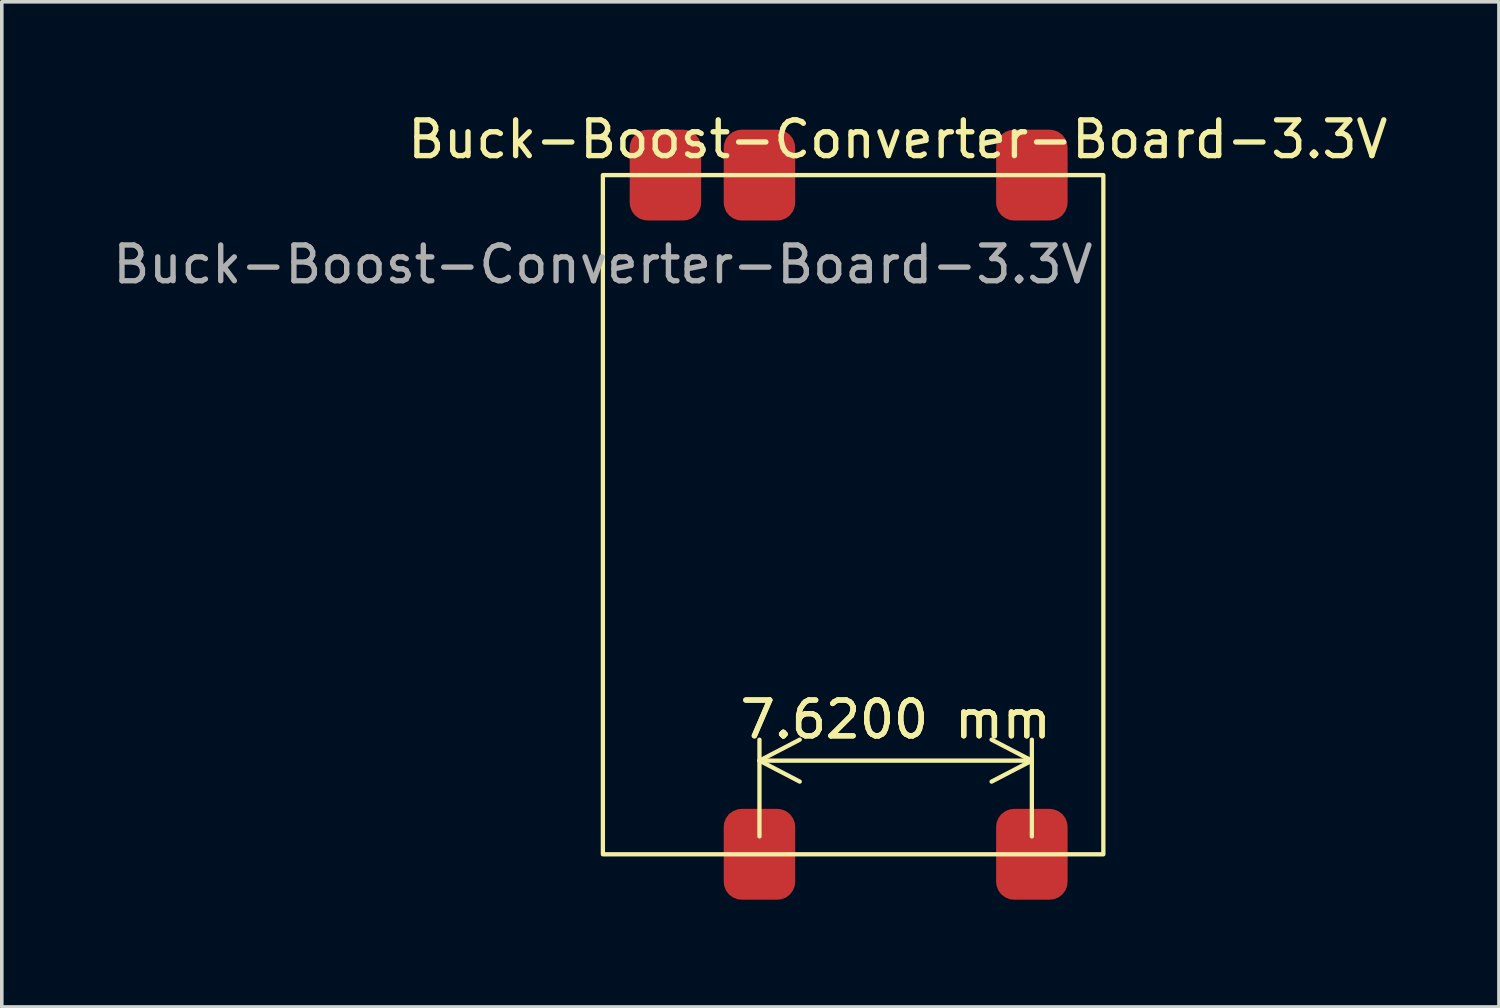
<source format=kicad_pcb>
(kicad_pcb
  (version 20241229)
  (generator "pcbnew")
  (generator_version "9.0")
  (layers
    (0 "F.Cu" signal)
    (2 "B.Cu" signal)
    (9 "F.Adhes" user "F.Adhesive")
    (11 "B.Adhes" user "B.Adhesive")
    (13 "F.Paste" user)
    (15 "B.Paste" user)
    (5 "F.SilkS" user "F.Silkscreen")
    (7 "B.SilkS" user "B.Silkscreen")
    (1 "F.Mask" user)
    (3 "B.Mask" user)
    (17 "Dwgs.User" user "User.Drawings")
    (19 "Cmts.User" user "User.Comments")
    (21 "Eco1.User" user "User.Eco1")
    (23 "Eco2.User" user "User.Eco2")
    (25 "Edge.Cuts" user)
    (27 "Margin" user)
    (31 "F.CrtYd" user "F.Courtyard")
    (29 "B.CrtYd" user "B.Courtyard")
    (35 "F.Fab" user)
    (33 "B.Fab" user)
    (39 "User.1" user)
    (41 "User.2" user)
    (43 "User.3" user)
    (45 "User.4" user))
  (footprint "Buck-Boost-Converter-Board-3.3V"
    (layer "F.Cu")
    (at 13.815 1.848)
    (property "Reference" "Buck-Boost-Converter-Board-3.3V" (at 8.25 -1 0) (unlocked yes) (layer "F.SilkS") (effects (font (size 1 1) (thickness 0.15))))
    (attr smd)
    (fp_rect (start 0 0) (end 14 19) (stroke (width 0.12) (type default)) (fill no) (layer "F.SilkS"))
    (fp_text user "${REFERENCE}" (at 0 2.5 0) (unlocked yes) (layer "F.Fab") (effects (font (size 1 1) (thickness 0.15))))
    (dimension (type aligned) (layer "F.SilkS") (pts (xy 18.195 20.848) (xy 25.815 20.848)) (height -2.62) (format (prefix "") (suffix "") (units 3) (units_format 1) (precision 4)) (style (thickness 0.12) (arrow_length 1.27) (text_position_mode 0) (arrow_direction outward) (extension_height 0.586) (extension_offset 0.5) (keep_text_aligned yes)) (gr_text "7.6200 mm" (at 22.005 17.078 0) (layer "F.SilkS") (effects (font (size 1 1) (thickness 0.15)))))
    (pad "1" smd roundrect (at 1.75 0) (size 2 2.54) (layers "F.Cu" "F.Mask" "F.Paste") (roundrect_rratio 0.25))
    (pad "2" smd roundrect (at 4.38 0) (size 2 2.54) (layers "F.Cu" "F.Mask" "F.Paste") (roundrect_rratio 0.25))
    (pad "3" smd roundrect (at 12 0) (size 2 2.54) (layers "F.Cu" "F.Mask" "F.Paste") (roundrect_rratio 0.25))
    (pad "4" smd roundrect (at 4.38 19) (size 2 2.54) (layers "F.Cu" "F.Mask" "F.Paste") (roundrect_rratio 0.25))
    (pad "5" smd roundrect (at 12 19) (size 2 2.54) (layers "F.Cu" "F.Mask" "F.Paste") (roundrect_rratio 0.25)))
  (gr_rect
    (start -3 -3)
    (end 38.881 25.118)
    (stroke (width 0.1) (type default))
    (fill no)
    (layer "Edge.Cuts")))
</source>
